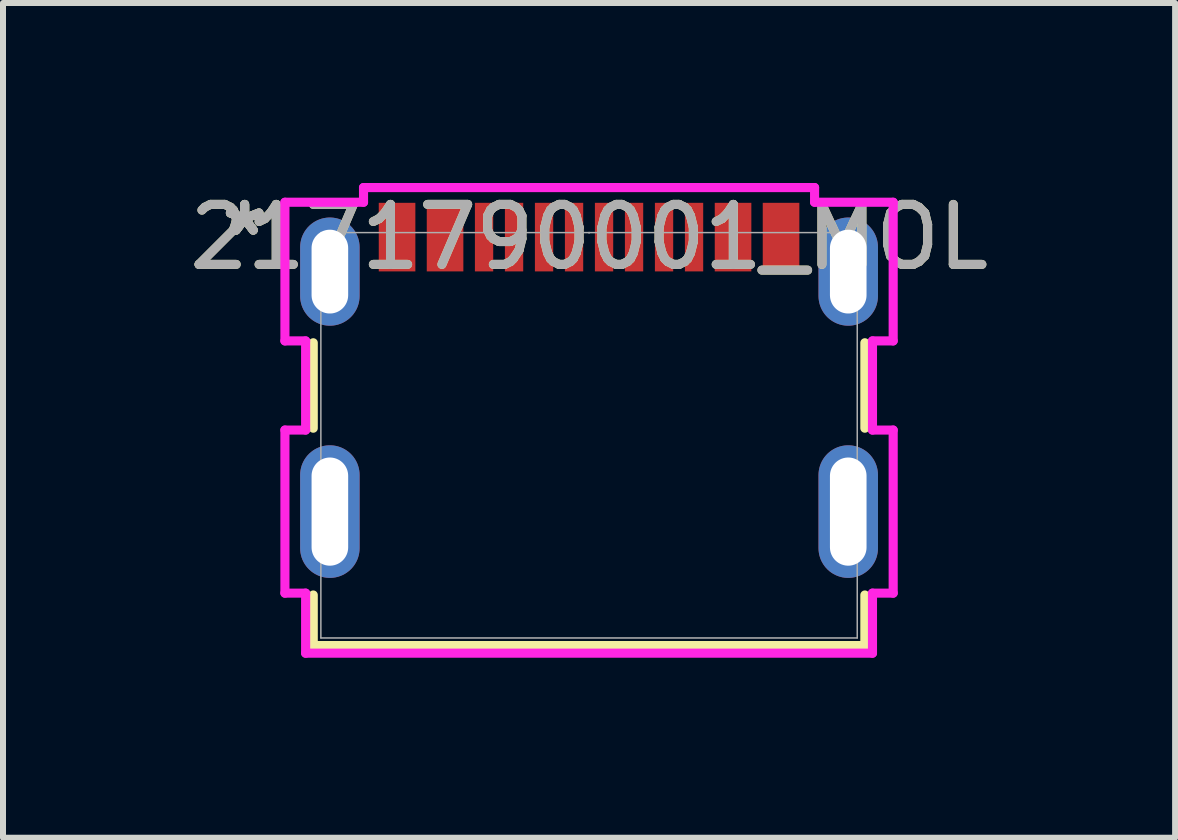
<source format=kicad_pcb>
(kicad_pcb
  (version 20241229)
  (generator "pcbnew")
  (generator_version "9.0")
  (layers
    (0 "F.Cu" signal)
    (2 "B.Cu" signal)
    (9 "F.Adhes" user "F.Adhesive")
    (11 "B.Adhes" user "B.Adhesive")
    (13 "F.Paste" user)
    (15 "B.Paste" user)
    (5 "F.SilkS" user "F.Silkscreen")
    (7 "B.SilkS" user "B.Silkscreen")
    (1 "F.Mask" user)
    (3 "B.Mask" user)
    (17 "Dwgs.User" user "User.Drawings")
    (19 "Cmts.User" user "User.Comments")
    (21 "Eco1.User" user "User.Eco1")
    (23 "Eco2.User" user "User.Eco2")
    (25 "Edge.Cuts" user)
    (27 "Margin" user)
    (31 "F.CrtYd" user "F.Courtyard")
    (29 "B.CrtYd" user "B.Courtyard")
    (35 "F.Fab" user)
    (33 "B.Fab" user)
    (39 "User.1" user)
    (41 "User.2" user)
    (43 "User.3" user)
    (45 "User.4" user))
  (footprint "2171790001_MOL"
    (layer "F.Cu")
    (at 6.768 4.205)
    (property "Reference" "2171790001_MOL" (at 0 -3.303 0) (unlocked yes) (layer "F.SilkS") (effects (font (size 1 1) (thickness 0.15))))
    (attr smd)
    (fp_line (start -4.597 -1.542) (end -4.597 -0.118) (stroke (width 0.152) (type solid)) (layer "F.SilkS"))
    (fp_line (start -4.597 2.662) (end -4.597 3.505) (stroke (width 0.152) (type solid)) (layer "F.SilkS"))
    (fp_line (start -4.597 3.505) (end 4.597 3.505) (stroke (width 0.152) (type solid)) (layer "F.SilkS"))
    (fp_line (start 4.597 -0.118) (end 4.597 -1.542) (stroke (width 0.152) (type solid)) (layer "F.SilkS"))
    (fp_line (start 4.597 3.505) (end 4.597 2.662) (stroke (width 0.152) (type solid)) (layer "F.SilkS"))
    (fp_line (start -5.069 -3.884) (end -5.069 -1.573) (stroke (width 0.152) (type solid)) (layer "F.CrtYd"))
    (fp_line (start -5.069 -1.573) (end -4.724 -1.573) (stroke (width 0.152) (type solid)) (layer "F.CrtYd"))
    (fp_line (start -5.069 -0.087) (end -5.069 2.631) (stroke (width 0.152) (type solid)) (layer "F.CrtYd"))
    (fp_line (start -5.069 2.631) (end -4.724 2.631) (stroke (width 0.152) (type solid)) (layer "F.CrtYd"))
    (fp_line (start -4.724 -1.573) (end -4.724 -0.087) (stroke (width 0.152) (type solid)) (layer "F.CrtYd"))
    (fp_line (start -4.724 -0.087) (end -5.069 -0.087) (stroke (width 0.152) (type solid)) (layer "F.CrtYd"))
    (fp_line (start -4.724 2.631) (end -4.724 3.632) (stroke (width 0.152) (type solid)) (layer "F.CrtYd"))
    (fp_line (start -4.724 3.632) (end 4.724 3.632) (stroke (width 0.152) (type solid)) (layer "F.CrtYd"))
    (fp_line (start -3.759 -4.129) (end -3.759 -3.884) (stroke (width 0.152) (type solid)) (layer "F.CrtYd"))
    (fp_line (start -3.759 -3.884) (end -5.069 -3.884) (stroke (width 0.152) (type solid)) (layer "F.CrtYd"))
    (fp_line (start 3.759 -4.129) (end -3.759 -4.129) (stroke (width 0.152) (type solid)) (layer "F.CrtYd"))
    (fp_line (start 3.759 -3.884) (end 3.759 -4.129) (stroke (width 0.152) (type solid)) (layer "F.CrtYd"))
    (fp_line (start 4.724 -1.573) (end 5.069 -1.573) (stroke (width 0.152) (type solid)) (layer "F.CrtYd"))
    (fp_line (start 4.724 -0.087) (end 4.724 -1.573) (stroke (width 0.152) (type solid)) (layer "F.CrtYd"))
    (fp_line (start 4.724 2.631) (end 5.069 2.631) (stroke (width 0.152) (type solid)) (layer "F.CrtYd"))
    (fp_line (start 4.724 3.632) (end 4.724 2.631) (stroke (width 0.152) (type solid)) (layer "F.CrtYd"))
    (fp_line (start 5.069 -3.884) (end 3.759 -3.884) (stroke (width 0.152) (type solid)) (layer "F.CrtYd"))
    (fp_line (start 5.069 -1.573) (end 5.069 -3.884) (stroke (width 0.152) (type solid)) (layer "F.CrtYd"))
    (fp_line (start 5.069 -0.087) (end 4.724 -0.087) (stroke (width 0.152) (type solid)) (layer "F.CrtYd"))
    (fp_line (start 5.069 2.631) (end 5.069 -0.087) (stroke (width 0.152) (type solid)) (layer "F.CrtYd"))
    (fp_line (start -4.47 -3.378) (end -4.47 3.378) (stroke (width 0.025) (type solid)) (layer "F.Fab"))
    (fp_line (start -4.47 3.378) (end 4.47 3.378) (stroke (width 0.025) (type solid)) (layer "F.Fab"))
    (fp_line (start 0 -3.378) (end 0 -3.378) (stroke (width 0.025) (type solid)) (layer "F.Fab"))
    (fp_line (start 0 -3.378) (end 0 -3.378) (stroke (width 0.025) (type solid)) (layer "F.Fab"))
    (fp_line (start 0 -3.378) (end 0 -3.378) (stroke (width 0.025) (type solid)) (layer "F.Fab"))
    (fp_line (start 0 -3.378) (end 0 -3.378) (stroke (width 0.025) (type solid)) (layer "F.Fab"))
    (fp_line (start 4.47 -3.378) (end -4.47 -3.378) (stroke (width 0.025) (type solid)) (layer "F.Fab"))
    (fp_line (start 4.47 3.378) (end 4.47 -3.378) (stroke (width 0.025) (type solid)) (layer "F.Fab"))
    (fp_text user "*" (at -5.74 -3.303 0) (unlocked yes) (layer "F.SilkS") (effects (font (size 1 1) (thickness 0.15))))
    (fp_text user "*" (at -5.74 -3.303 0) (layer "F.SilkS") (effects (font (size 1 1) (thickness 0.15))))
    (fp_text user "*" (at -5.74 -3.303 0) (unlocked yes) (layer "F.Fab") (effects (font (size 1 1) (thickness 0.15))))
    (fp_text user "${REFERENCE}" (at 0 -3.303 0) (unlocked yes) (layer "F.Fab") (effects (font (size 1 1) (thickness 0.15))))
    (fp_text user "*" (at -5.74 -3.303 0) (layer "F.Fab") (effects (font (size 1 1) (thickness 0.15))))
    (pad "" np_thru_hole oval (at -4.32 -2.728) (size 0.991 1.803) (drill oval 0.61 1.397) (layers "*.Cu" "*.Mask"))
    (pad "" np_thru_hole oval (at -4.32 1.272) (size 0.991 2.21) (drill oval 0.61 1.803) (layers "*.Cu" "*.Mask"))
    (pad "" np_thru_hole oval (at 4.32 -2.728) (size 0.991 1.803) (drill oval 0.61 1.397) (layers "*.Cu" "*.Mask"))
    (pad "" np_thru_hole oval (at 4.32 1.272) (size 0.991 2.21) (drill oval 0.61 1.803) (layers "*.Cu" "*.Mask"))
    (pad "A1/B12" smd rect (at -3.2 -3.303) (size 0.61 1.143) (layers "F.Cu" "F.Mask" "F.Paste"))
    (pad "A4/B9" smd rect (at -2.4 -3.303) (size 0.61 1.143) (layers "F.Cu" "F.Mask" "F.Paste"))
    (pad "A5" smd rect (at -1.25 -3.303) (size 0.305 1.143) (layers "F.Cu" "F.Mask" "F.Paste"))
    (pad "A6" smd rect (at -0.25 -3.303) (size 0.305 1.143) (layers "F.Cu" "F.Mask" "F.Paste"))
    (pad "A7" smd rect (at 0.25 -3.303) (size 0.305 1.143) (layers "F.Cu" "F.Mask" "F.Paste"))
    (pad "A8" smd rect (at 1.25 -3.303) (size 0.305 1.143) (layers "F.Cu" "F.Mask" "F.Paste"))
    (pad "B1/A12" smd rect (at 3.2 -3.303) (size 0.61 1.143) (layers "F.Cu" "F.Mask" "F.Paste"))
    (pad "B4/A9" smd rect (at 2.4 -3.303) (size 0.61 1.143) (layers "F.Cu" "F.Mask" "F.Paste"))
    (pad "B5" smd rect (at 1.75 -3.303) (size 0.305 1.143) (layers "F.Cu" "F.Mask" "F.Paste"))
    (pad "B6" smd rect (at 0.75 -3.303) (size 0.305 1.143) (layers "F.Cu" "F.Mask" "F.Paste"))
    (pad "B7" smd rect (at -0.75 -3.303) (size 0.305 1.143) (layers "F.Cu" "F.Mask" "F.Paste"))
    (pad "B8" smd rect (at -1.75 -3.303) (size 0.305 1.143) (layers "F.Cu" "F.Mask" "F.Paste")))
  (gr_rect
    (start -3 -3)
    (end 16.536 10.913)
    (stroke (width 0.1) (type default))
    (fill no)
    (layer "Edge.Cuts")))
</source>
